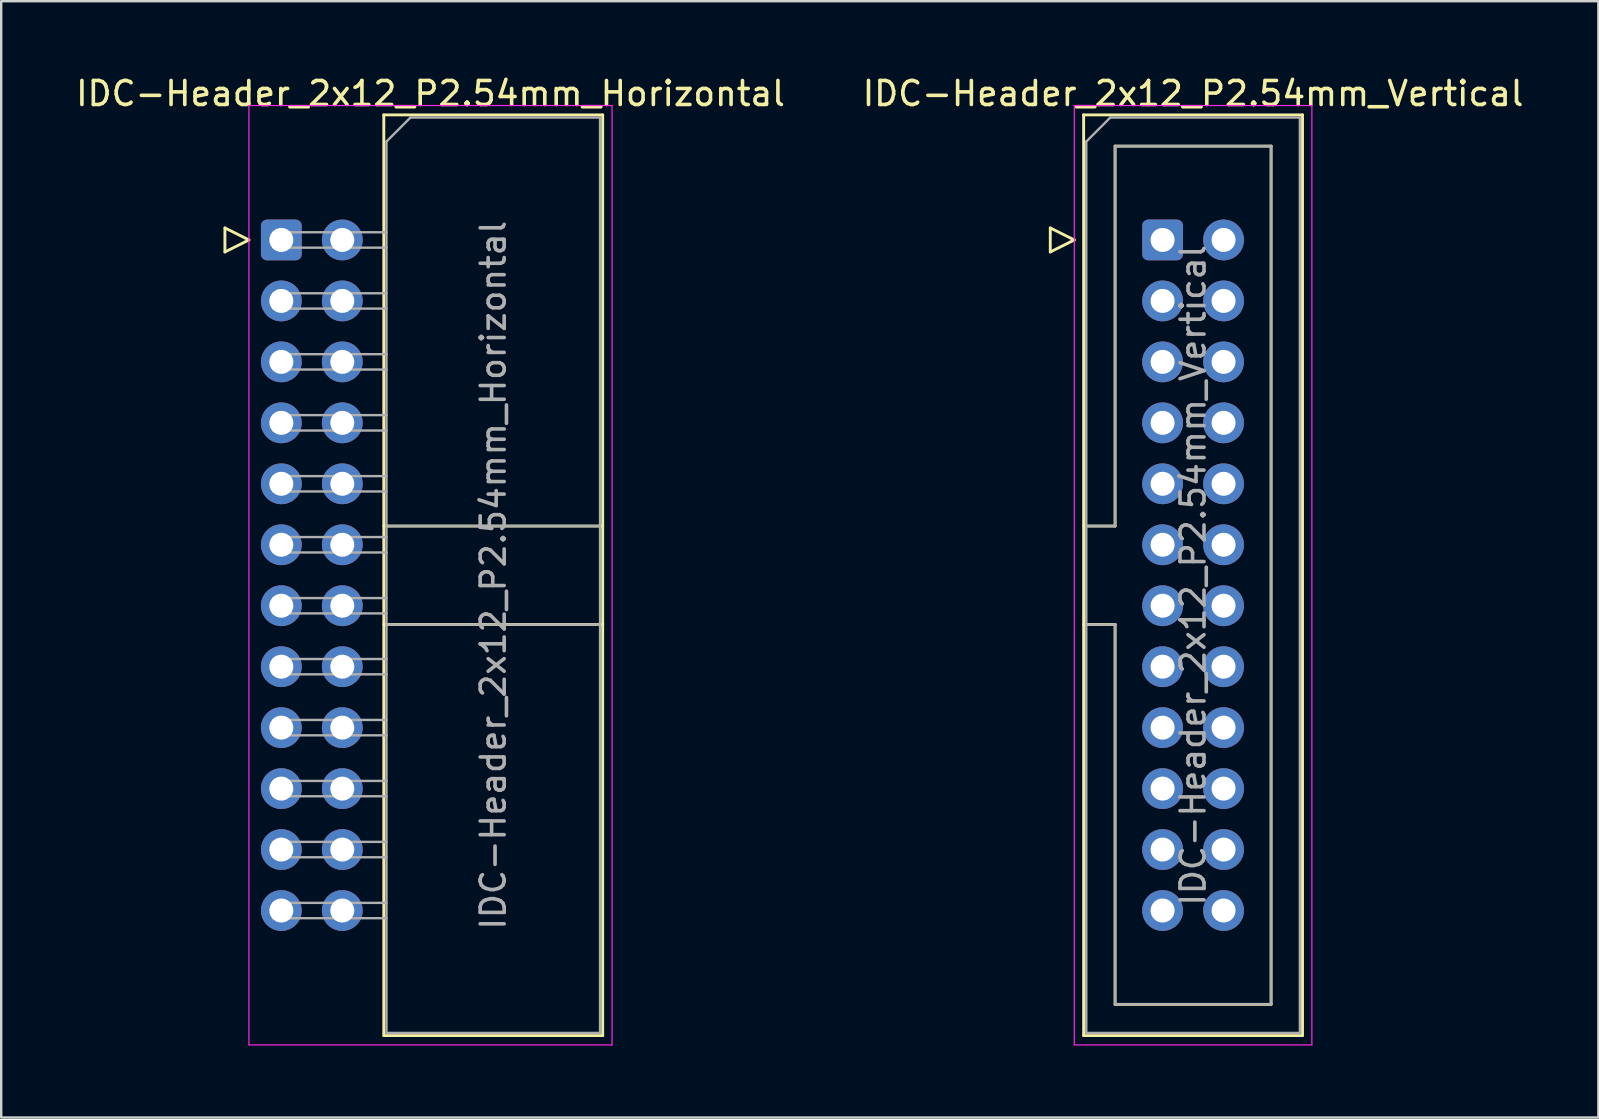
<source format=kicad_pcb>
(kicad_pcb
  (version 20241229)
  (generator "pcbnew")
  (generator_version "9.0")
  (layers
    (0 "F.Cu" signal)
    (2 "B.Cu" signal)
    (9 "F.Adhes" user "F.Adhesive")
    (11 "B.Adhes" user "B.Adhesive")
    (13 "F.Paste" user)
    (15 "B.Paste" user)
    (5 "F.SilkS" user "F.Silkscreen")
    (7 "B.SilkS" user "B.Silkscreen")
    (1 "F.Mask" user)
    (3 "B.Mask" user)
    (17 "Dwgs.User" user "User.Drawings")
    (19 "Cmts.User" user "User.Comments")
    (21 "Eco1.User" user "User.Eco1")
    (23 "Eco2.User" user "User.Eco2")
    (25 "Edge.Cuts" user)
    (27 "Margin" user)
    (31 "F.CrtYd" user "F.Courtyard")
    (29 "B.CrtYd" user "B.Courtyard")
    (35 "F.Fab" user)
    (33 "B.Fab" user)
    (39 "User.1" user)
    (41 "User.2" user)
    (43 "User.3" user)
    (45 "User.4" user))
  (footprint "IDC-Header_2x12_P2.54mm_Vertical"
    (layer "F.Cu")
    (at 45.391 6.948)
    (property "Reference" "IDC-Header_2x12_P2.54mm_Vertical" (at 1.27 -6.1 0) (layer "F.SilkS") (effects (font (size 1 1) (thickness 0.15))))
    (attr through_hole)
    (fp_line (start -4.68 -0.5) (end -4.68 0.5) (stroke (width 0.12) (type solid)) (layer "F.SilkS"))
    (fp_line (start -4.68 0.5) (end -3.68 0) (stroke (width 0.12) (type solid)) (layer "F.SilkS"))
    (fp_line (start -3.68 0) (end -4.68 -0.5) (stroke (width 0.12) (type solid)) (layer "F.SilkS"))
    (fp_line (start -3.29 -5.21) (end 5.83 -5.21) (stroke (width 0.12) (type solid)) (layer "F.SilkS"))
    (fp_line (start -3.29 11.92) (end -1.98 11.92) (stroke (width 0.12) (type solid)) (layer "F.SilkS"))
    (fp_line (start -3.29 33.15) (end -3.29 -5.21) (stroke (width 0.12) (type solid)) (layer "F.SilkS"))
    (fp_line (start -1.98 -3.91) (end 4.52 -3.91) (stroke (width 0.12) (type solid)) (layer "F.SilkS"))
    (fp_line (start -1.98 11.92) (end -1.98 -3.91) (stroke (width 0.12) (type solid)) (layer "F.SilkS"))
    (fp_line (start -1.98 16.02) (end -3.29 16.02) (stroke (width 0.12) (type solid)) (layer "F.SilkS"))
    (fp_line (start -1.98 16.02) (end -1.98 16.02) (stroke (width 0.12) (type solid)) (layer "F.SilkS"))
    (fp_line (start -1.98 31.85) (end -1.98 16.02) (stroke (width 0.12) (type solid)) (layer "F.SilkS"))
    (fp_line (start 4.52 -3.91) (end 4.52 31.85) (stroke (width 0.12) (type solid)) (layer "F.SilkS"))
    (fp_line (start 4.52 31.85) (end -1.98 31.85) (stroke (width 0.12) (type solid)) (layer "F.SilkS"))
    (fp_line (start 5.83 -5.21) (end 5.83 33.15) (stroke (width 0.12) (type solid)) (layer "F.SilkS"))
    (fp_line (start 5.83 33.15) (end -3.29 33.15) (stroke (width 0.12) (type solid)) (layer "F.SilkS"))
    (fp_line (start -3.68 -5.6) (end -3.68 33.54) (stroke (width 0.05) (type solid)) (layer "F.CrtYd"))
    (fp_line (start -3.68 33.54) (end 6.22 33.54) (stroke (width 0.05) (type solid)) (layer "F.CrtYd"))
    (fp_line (start 6.22 -5.6) (end -3.68 -5.6) (stroke (width 0.05) (type solid)) (layer "F.CrtYd"))
    (fp_line (start 6.22 33.54) (end 6.22 -5.6) (stroke (width 0.05) (type solid)) (layer "F.CrtYd"))
    (fp_line (start -3.18 -4.1) (end -2.18 -5.1) (stroke (width 0.1) (type solid)) (layer "F.Fab"))
    (fp_line (start -3.18 11.92) (end -1.98 11.92) (stroke (width 0.1) (type solid)) (layer "F.Fab"))
    (fp_line (start -3.18 33.04) (end -3.18 -4.1) (stroke (width 0.1) (type solid)) (layer "F.Fab"))
    (fp_line (start -2.18 -5.1) (end 5.72 -5.1) (stroke (width 0.1) (type solid)) (layer "F.Fab"))
    (fp_line (start -1.98 -3.91) (end 4.52 -3.91) (stroke (width 0.1) (type solid)) (layer "F.Fab"))
    (fp_line (start -1.98 11.92) (end -1.98 -3.91) (stroke (width 0.1) (type solid)) (layer "F.Fab"))
    (fp_line (start -1.98 16.02) (end -3.18 16.02) (stroke (width 0.1) (type solid)) (layer "F.Fab"))
    (fp_line (start -1.98 16.02) (end -1.98 16.02) (stroke (width 0.1) (type solid)) (layer "F.Fab"))
    (fp_line (start -1.98 31.85) (end -1.98 16.02) (stroke (width 0.1) (type solid)) (layer "F.Fab"))
    (fp_line (start 4.52 -3.91) (end 4.52 31.85) (stroke (width 0.1) (type solid)) (layer "F.Fab"))
    (fp_line (start 4.52 31.85) (end -1.98 31.85) (stroke (width 0.1) (type solid)) (layer "F.Fab"))
    (fp_line (start 5.72 -5.1) (end 5.72 33.04) (stroke (width 0.1) (type solid)) (layer "F.Fab"))
    (fp_line (start 5.72 33.04) (end -3.18 33.04) (stroke (width 0.1) (type solid)) (layer "F.Fab"))
    (fp_text user "${REFERENCE}" (at 1.27 13.97 90) (layer "F.Fab") (effects (font (size 1 1) (thickness 0.15))))
    (pad "1" thru_hole roundrect (at 0 0) (size 1.7 1.7) (drill 1) (layers "*.Cu" "*.Mask") (roundrect_rratio 0.147))
    (pad "2" thru_hole circle (at 2.54 0) (size 1.7 1.7) (drill 1) (layers "*.Cu" "*.Mask"))
    (pad "3" thru_hole circle (at 0 2.54) (size 1.7 1.7) (drill 1) (layers "*.Cu" "*.Mask"))
    (pad "4" thru_hole circle (at 2.54 2.54) (size 1.7 1.7) (drill 1) (layers "*.Cu" "*.Mask"))
    (pad "5" thru_hole circle (at 0 5.08) (size 1.7 1.7) (drill 1) (layers "*.Cu" "*.Mask"))
    (pad "6" thru_hole circle (at 2.54 5.08) (size 1.7 1.7) (drill 1) (layers "*.Cu" "*.Mask"))
    (pad "7" thru_hole circle (at 0 7.62) (size 1.7 1.7) (drill 1) (layers "*.Cu" "*.Mask"))
    (pad "8" thru_hole circle (at 2.54 7.62) (size 1.7 1.7) (drill 1) (layers "*.Cu" "*.Mask"))
    (pad "9" thru_hole circle (at 0 10.16) (size 1.7 1.7) (drill 1) (layers "*.Cu" "*.Mask"))
    (pad "10" thru_hole circle (at 2.54 10.16) (size 1.7 1.7) (drill 1) (layers "*.Cu" "*.Mask"))
    (pad "11" thru_hole circle (at 0 12.7) (size 1.7 1.7) (drill 1) (layers "*.Cu" "*.Mask"))
    (pad "12" thru_hole circle (at 2.54 12.7) (size 1.7 1.7) (drill 1) (layers "*.Cu" "*.Mask"))
    (pad "13" thru_hole circle (at 0 15.24) (size 1.7 1.7) (drill 1) (layers "*.Cu" "*.Mask"))
    (pad "14" thru_hole circle (at 2.54 15.24) (size 1.7 1.7) (drill 1) (layers "*.Cu" "*.Mask"))
    (pad "15" thru_hole circle (at 0 17.78) (size 1.7 1.7) (drill 1) (layers "*.Cu" "*.Mask"))
    (pad "16" thru_hole circle (at 2.54 17.78) (size 1.7 1.7) (drill 1) (layers "*.Cu" "*.Mask"))
    (pad "17" thru_hole circle (at 0 20.32) (size 1.7 1.7) (drill 1) (layers "*.Cu" "*.Mask"))
    (pad "18" thru_hole circle (at 2.54 20.32) (size 1.7 1.7) (drill 1) (layers "*.Cu" "*.Mask"))
    (pad "19" thru_hole circle (at 0 22.86) (size 1.7 1.7) (drill 1) (layers "*.Cu" "*.Mask"))
    (pad "20" thru_hole circle (at 2.54 22.86) (size 1.7 1.7) (drill 1) (layers "*.Cu" "*.Mask"))
    (pad "21" thru_hole circle (at 0 25.4) (size 1.7 1.7) (drill 1) (layers "*.Cu" "*.Mask"))
    (pad "22" thru_hole circle (at 2.54 25.4) (size 1.7 1.7) (drill 1) (layers "*.Cu" "*.Mask"))
    (pad "23" thru_hole circle (at 0 27.94) (size 1.7 1.7) (drill 1) (layers "*.Cu" "*.Mask"))
    (pad "24" thru_hole circle (at 2.54 27.94) (size 1.7 1.7) (drill 1) (layers "*.Cu" "*.Mask")))
  (footprint "IDC-Header_2x12_P2.54mm_Horizontal"
    (layer "F.Cu")
    (at 8.672 6.948)
    (property "Reference" "IDC-Header_2x12_P2.54mm_Horizontal" (at 6.215 -6.1 0) (layer "F.SilkS") (effects (font (size 1 1) (thickness 0.15))))
    (attr through_hole)
    (fp_line (start -2.35 -0.5) (end -2.35 0.5) (stroke (width 0.12) (type solid)) (layer "F.SilkS"))
    (fp_line (start -2.35 0.5) (end -1.35 0) (stroke (width 0.12) (type solid)) (layer "F.SilkS"))
    (fp_line (start -1.35 0) (end -2.35 -0.5) (stroke (width 0.12) (type solid)) (layer "F.SilkS"))
    (fp_line (start 4.27 -5.21) (end 13.39 -5.21) (stroke (width 0.12) (type solid)) (layer "F.SilkS"))
    (fp_line (start 4.27 11.92) (end 13.39 11.92) (stroke (width 0.12) (type solid)) (layer "F.SilkS"))
    (fp_line (start 4.27 16.02) (end 13.39 16.02) (stroke (width 0.12) (type solid)) (layer "F.SilkS"))
    (fp_line (start 4.27 33.15) (end 4.27 -5.21) (stroke (width 0.12) (type solid)) (layer "F.SilkS"))
    (fp_line (start 13.39 -5.21) (end 13.39 33.15) (stroke (width 0.12) (type solid)) (layer "F.SilkS"))
    (fp_line (start 13.39 33.15) (end 4.27 33.15) (stroke (width 0.12) (type solid)) (layer "F.SilkS"))
    (fp_line (start -1.35 -5.6) (end -1.35 33.54) (stroke (width 0.05) (type solid)) (layer "F.CrtYd"))
    (fp_line (start -1.35 33.54) (end 13.78 33.54) (stroke (width 0.05) (type solid)) (layer "F.CrtYd"))
    (fp_line (start 13.78 -5.6) (end -1.35 -5.6) (stroke (width 0.05) (type solid)) (layer "F.CrtYd"))
    (fp_line (start 13.78 33.54) (end 13.78 -5.6) (stroke (width 0.05) (type solid)) (layer "F.CrtYd"))
    (fp_line (start -0.32 -0.32) (end -0.32 0.32) (stroke (width 0.1) (type solid)) (layer "F.Fab"))
    (fp_line (start -0.32 0.32) (end 4.38 0.32) (stroke (width 0.1) (type solid)) (layer "F.Fab"))
    (fp_line (start -0.32 2.22) (end -0.32 2.86) (stroke (width 0.1) (type solid)) (layer "F.Fab"))
    (fp_line (start -0.32 2.86) (end 4.38 2.86) (stroke (width 0.1) (type solid)) (layer "F.Fab"))
    (fp_line (start -0.32 4.76) (end -0.32 5.4) (stroke (width 0.1) (type solid)) (layer "F.Fab"))
    (fp_line (start -0.32 5.4) (end 4.38 5.4) (stroke (width 0.1) (type solid)) (layer "F.Fab"))
    (fp_line (start -0.32 7.3) (end -0.32 7.94) (stroke (width 0.1) (type solid)) (layer "F.Fab"))
    (fp_line (start -0.32 7.94) (end 4.38 7.94) (stroke (width 0.1) (type solid)) (layer "F.Fab"))
    (fp_line (start -0.32 9.84) (end -0.32 10.48) (stroke (width 0.1) (type solid)) (layer "F.Fab"))
    (fp_line (start -0.32 10.48) (end 4.38 10.48) (stroke (width 0.1) (type solid)) (layer "F.Fab"))
    (fp_line (start -0.32 12.38) (end -0.32 13.02) (stroke (width 0.1) (type solid)) (layer "F.Fab"))
    (fp_line (start -0.32 13.02) (end 4.38 13.02) (stroke (width 0.1) (type solid)) (layer "F.Fab"))
    (fp_line (start -0.32 14.92) (end -0.32 15.56) (stroke (width 0.1) (type solid)) (layer "F.Fab"))
    (fp_line (start -0.32 15.56) (end 4.38 15.56) (stroke (width 0.1) (type solid)) (layer "F.Fab"))
    (fp_line (start -0.32 17.46) (end -0.32 18.1) (stroke (width 0.1) (type solid)) (layer "F.Fab"))
    (fp_line (start -0.32 18.1) (end 4.38 18.1) (stroke (width 0.1) (type solid)) (layer "F.Fab"))
    (fp_line (start -0.32 20) (end -0.32 20.64) (stroke (width 0.1) (type solid)) (layer "F.Fab"))
    (fp_line (start -0.32 20.64) (end 4.38 20.64) (stroke (width 0.1) (type solid)) (layer "F.Fab"))
    (fp_line (start -0.32 22.54) (end -0.32 23.18) (stroke (width 0.1) (type solid)) (layer "F.Fab"))
    (fp_line (start -0.32 23.18) (end 4.38 23.18) (stroke (width 0.1) (type solid)) (layer "F.Fab"))
    (fp_line (start -0.32 25.08) (end -0.32 25.72) (stroke (width 0.1) (type solid)) (layer "F.Fab"))
    (fp_line (start -0.32 25.72) (end 4.38 25.72) (stroke (width 0.1) (type solid)) (layer "F.Fab"))
    (fp_line (start -0.32 27.62) (end -0.32 28.26) (stroke (width 0.1) (type solid)) (layer "F.Fab"))
    (fp_line (start -0.32 28.26) (end 4.38 28.26) (stroke (width 0.1) (type solid)) (layer "F.Fab"))
    (fp_line (start 4.38 -4.1) (end 5.38 -5.1) (stroke (width 0.1) (type solid)) (layer "F.Fab"))
    (fp_line (start 4.38 -0.32) (end -0.32 -0.32) (stroke (width 0.1) (type solid)) (layer "F.Fab"))
    (fp_line (start 4.38 2.22) (end -0.32 2.22) (stroke (width 0.1) (type solid)) (layer "F.Fab"))
    (fp_line (start 4.38 4.76) (end -0.32 4.76) (stroke (width 0.1) (type solid)) (layer "F.Fab"))
    (fp_line (start 4.38 7.3) (end -0.32 7.3) (stroke (width 0.1) (type solid)) (layer "F.Fab"))
    (fp_line (start 4.38 9.84) (end -0.32 9.84) (stroke (width 0.1) (type solid)) (layer "F.Fab"))
    (fp_line (start 4.38 11.92) (end 13.28 11.92) (stroke (width 0.1) (type solid)) (layer "F.Fab"))
    (fp_line (start 4.38 12.38) (end -0.32 12.38) (stroke (width 0.1) (type solid)) (layer "F.Fab"))
    (fp_line (start 4.38 14.92) (end -0.32 14.92) (stroke (width 0.1) (type solid)) (layer "F.Fab"))
    (fp_line (start 4.38 16.02) (end 13.28 16.02) (stroke (width 0.1) (type solid)) (layer "F.Fab"))
    (fp_line (start 4.38 17.46) (end -0.32 17.46) (stroke (width 0.1) (type solid)) (layer "F.Fab"))
    (fp_line (start 4.38 20) (end -0.32 20) (stroke (width 0.1) (type solid)) (layer "F.Fab"))
    (fp_line (start 4.38 22.54) (end -0.32 22.54) (stroke (width 0.1) (type solid)) (layer "F.Fab"))
    (fp_line (start 4.38 25.08) (end -0.32 25.08) (stroke (width 0.1) (type solid)) (layer "F.Fab"))
    (fp_line (start 4.38 27.62) (end -0.32 27.62) (stroke (width 0.1) (type solid)) (layer "F.Fab"))
    (fp_line (start 4.38 33.04) (end 4.38 -4.1) (stroke (width 0.1) (type solid)) (layer "F.Fab"))
    (fp_line (start 5.38 -5.1) (end 13.28 -5.1) (stroke (width 0.1) (type solid)) (layer "F.Fab"))
    (fp_line (start 13.28 -5.1) (end 13.28 33.04) (stroke (width 0.1) (type solid)) (layer "F.Fab"))
    (fp_line (start 13.28 33.04) (end 4.38 33.04) (stroke (width 0.1) (type solid)) (layer "F.Fab"))
    (fp_text user "${REFERENCE}" (at 8.83 13.97 90) (layer "F.Fab") (effects (font (size 1 1) (thickness 0.15))))
    (pad "1" thru_hole roundrect (at 0 0) (size 1.7 1.7) (drill 1) (layers "*.Cu" "*.Mask") (roundrect_rratio 0.147))
    (pad "2" thru_hole circle (at 2.54 0) (size 1.7 1.7) (drill 1) (layers "*.Cu" "*.Mask"))
    (pad "3" thru_hole circle (at 0 2.54) (size 1.7 1.7) (drill 1) (layers "*.Cu" "*.Mask"))
    (pad "4" thru_hole circle (at 2.54 2.54) (size 1.7 1.7) (drill 1) (layers "*.Cu" "*.Mask"))
    (pad "5" thru_hole circle (at 0 5.08) (size 1.7 1.7) (drill 1) (layers "*.Cu" "*.Mask"))
    (pad "6" thru_hole circle (at 2.54 5.08) (size 1.7 1.7) (drill 1) (layers "*.Cu" "*.Mask"))
    (pad "7" thru_hole circle (at 0 7.62) (size 1.7 1.7) (drill 1) (layers "*.Cu" "*.Mask"))
    (pad "8" thru_hole circle (at 2.54 7.62) (size 1.7 1.7) (drill 1) (layers "*.Cu" "*.Mask"))
    (pad "9" thru_hole circle (at 0 10.16) (size 1.7 1.7) (drill 1) (layers "*.Cu" "*.Mask"))
    (pad "10" thru_hole circle (at 2.54 10.16) (size 1.7 1.7) (drill 1) (layers "*.Cu" "*.Mask"))
    (pad "11" thru_hole circle (at 0 12.7) (size 1.7 1.7) (drill 1) (layers "*.Cu" "*.Mask"))
    (pad "12" thru_hole circle (at 2.54 12.7) (size 1.7 1.7) (drill 1) (layers "*.Cu" "*.Mask"))
    (pad "13" thru_hole circle (at 0 15.24) (size 1.7 1.7) (drill 1) (layers "*.Cu" "*.Mask"))
    (pad "14" thru_hole circle (at 2.54 15.24) (size 1.7 1.7) (drill 1) (layers "*.Cu" "*.Mask"))
    (pad "15" thru_hole circle (at 0 17.78) (size 1.7 1.7) (drill 1) (layers "*.Cu" "*.Mask"))
    (pad "16" thru_hole circle (at 2.54 17.78) (size 1.7 1.7) (drill 1) (layers "*.Cu" "*.Mask"))
    (pad "17" thru_hole circle (at 0 20.32) (size 1.7 1.7) (drill 1) (layers "*.Cu" "*.Mask"))
    (pad "18" thru_hole circle (at 2.54 20.32) (size 1.7 1.7) (drill 1) (layers "*.Cu" "*.Mask"))
    (pad "19" thru_hole circle (at 0 22.86) (size 1.7 1.7) (drill 1) (layers "*.Cu" "*.Mask"))
    (pad "20" thru_hole circle (at 2.54 22.86) (size 1.7 1.7) (drill 1) (layers "*.Cu" "*.Mask"))
    (pad "21" thru_hole circle (at 0 25.4) (size 1.7 1.7) (drill 1) (layers "*.Cu" "*.Mask"))
    (pad "22" thru_hole circle (at 2.54 25.4) (size 1.7 1.7) (drill 1) (layers "*.Cu" "*.Mask"))
    (pad "23" thru_hole circle (at 0 27.94) (size 1.7 1.7) (drill 1) (layers "*.Cu" "*.Mask"))
    (pad "24" thru_hole circle (at 2.54 27.94) (size 1.7 1.7) (drill 1) (layers "*.Cu" "*.Mask")))
  (gr_rect
    (start -3 -3)
    (end 63.548 43.513)
    (stroke (width 0.1) (type default))
    (fill no)
    (layer "Edge.Cuts")))
</source>
